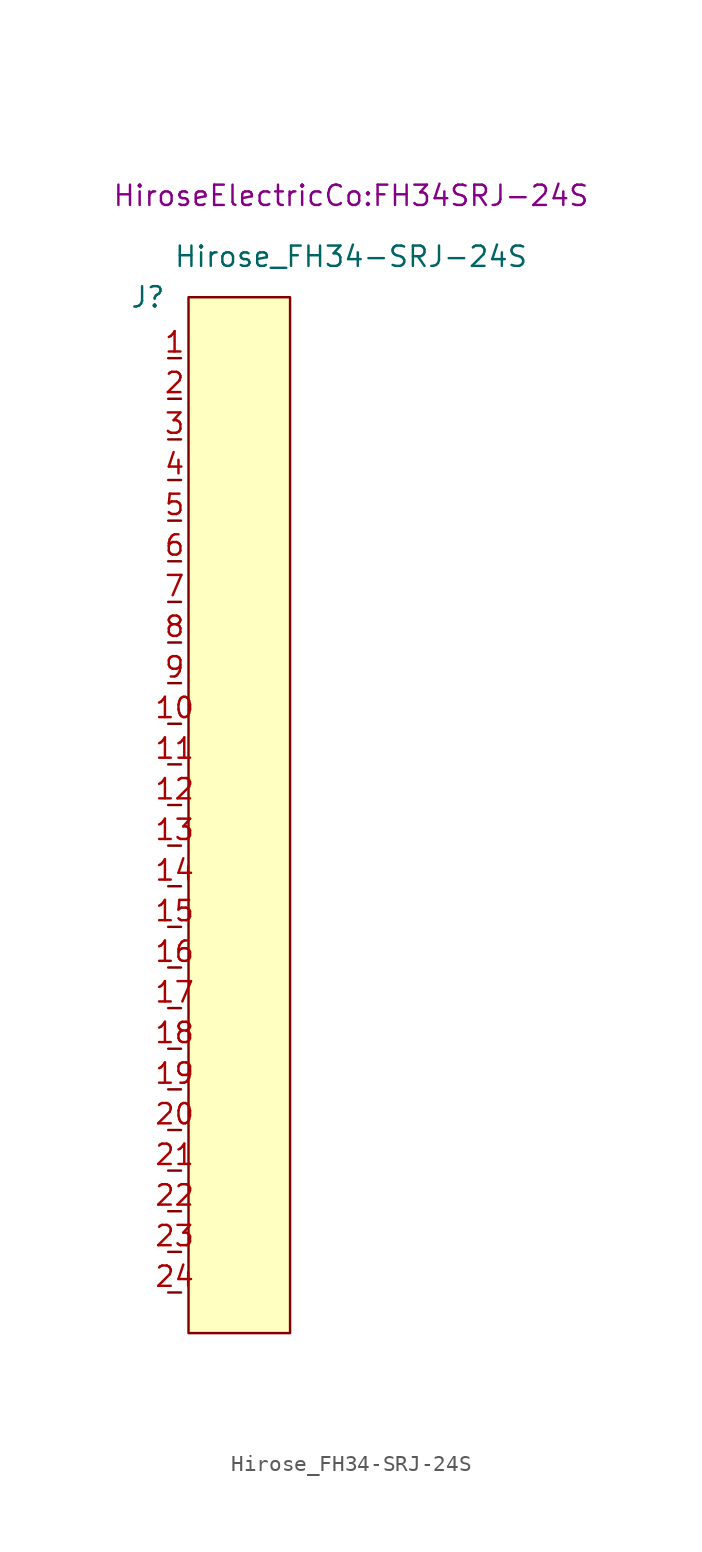
<source format=kicad_sym>
(kicad_symbol_lib
  (version 20211014)
  (generator kicad_symbol_editor)
  (symbol "Hirose_FH34-SRJ-24S"
    (property "Reference" "J"
      (at -12.7 0 0)
      (effects (font (size 1.27 1.27))))
    (property "Value" "Hirose_FH34-SRJ-24S"
      (at 0 2.54 0)
      (effects (font (size 1.27 1.27))))
    (property "Footprint" "HiroseElectricCo:FH34SRJ-24S"
      (at 0 6.35 0)
      (effects (font (size 1.27 1.27))))
    (symbol "Hirose_FH34-SRJ-24S_0_1"
      (rectangle (start -10.16 0) (end -3.81 -64.77) (stroke (width 0) (type default) (color 0 0 0 0)) (fill (type background))))
    (symbol "Hirose_FH34-SRJ-24S_1_1"
      (pin input line (at -11.43 -3.81 0) (length 0.8) (name "" (effects (font (size 1.27 1.27)))) (number "1" (effects (font (size 1.27 1.27)))))
      (pin input line (at -11.43 -26.67 0) (length 0.8) (name "" (effects (font (size 1.27 1.27)))) (number "10" (effects (font (size 1.27 1.27)))))
      (pin input line (at -11.43 -29.21 0) (length 0.8) (name "" (effects (font (size 1.27 1.27)))) (number "11" (effects (font (size 1.27 1.27)))))
      (pin input line (at -11.43 -31.75 0) (length 0.8) (name "" (effects (font (size 1.27 1.27)))) (number "12" (effects (font (size 1.27 1.27)))))
      (pin input line (at -11.43 -34.29 0) (length 0.8) (name "" (effects (font (size 1.27 1.27)))) (number "13" (effects (font (size 1.27 1.27)))))
      (pin input line (at -11.43 -36.83 0) (length 0.8) (name "" (effects (font (size 1.27 1.27)))) (number "14" (effects (font (size 1.27 1.27)))))
      (pin input line (at -11.43 -39.37 0) (length 0.8) (name "" (effects (font (size 1.27 1.27)))) (number "15" (effects (font (size 1.27 1.27)))))
      (pin input line (at -11.43 -41.91 0) (length 0.8) (name "" (effects (font (size 1.27 1.27)))) (number "16" (effects (font (size 1.27 1.27)))))
      (pin input line (at -11.43 -44.45 0) (length 0.8) (name "" (effects (font (size 1.27 1.27)))) (number "17" (effects (font (size 1.27 1.27)))))
      (pin input line (at -11.43 -46.99 0) (length 0.8) (name "" (effects (font (size 1.27 1.27)))) (number "18" (effects (font (size 1.27 1.27)))))
      (pin input line (at -11.43 -49.53 0) (length 0.8) (name "" (effects (font (size 1.27 1.27)))) (number "19" (effects (font (size 1.27 1.27)))))
      (pin input line (at -11.43 -6.35 0) (length 0.8) (name "" (effects (font (size 1.27 1.27)))) (number "2" (effects (font (size 1.27 1.27)))))
      (pin input line (at -11.43 -52.07 0) (length 0.8) (name "" (effects (font (size 1.27 1.27)))) (number "20" (effects (font (size 1.27 1.27)))))
      (pin input line (at -11.43 -54.61 0) (length 0.8) (name "" (effects (font (size 1.27 1.27)))) (number "21" (effects (font (size 1.27 1.27)))))
      (pin input line (at -11.43 -57.15 0) (length 0.8) (name "" (effects (font (size 1.27 1.27)))) (number "22" (effects (font (size 1.27 1.27)))))
      (pin input line (at -11.43 -59.69 0) (length 0.8) (name "" (effects (font (size 1.27 1.27)))) (number "23" (effects (font (size 1.27 1.27)))))
      (pin input line (at -11.43 -62.23 0) (length 0.8) (name "" (effects (font (size 1.27 1.27)))) (number "24" (effects (font (size 1.27 1.27)))))
      (pin input line (at -11.43 -8.89 0) (length 0.8) (name "" (effects (font (size 1.27 1.27)))) (number "3" (effects (font (size 1.27 1.27)))))
      (pin input line (at -11.43 -11.43 0) (length 0.8) (name "" (effects (font (size 1.27 1.27)))) (number "4" (effects (font (size 1.27 1.27)))))
      (pin input line (at -11.43 -13.97 0) (length 0.8) (name "" (effects (font (size 1.27 1.27)))) (number "5" (effects (font (size 1.27 1.27)))))
      (pin input line (at -11.43 -16.51 0) (length 0.8) (name "" (effects (font (size 1.27 1.27)))) (number "6" (effects (font (size 1.27 1.27)))))
      (pin input line (at -11.43 -19.05 0) (length 0.8) (name "" (effects (font (size 1.27 1.27)))) (number "7" (effects (font (size 1.27 1.27)))))
      (pin input line (at -11.43 -21.59 0) (length 0.8) (name "" (effects (font (size 1.27 1.27)))) (number "8" (effects (font (size 1.27 1.27)))))
      (pin input line (at -11.43 -24.13 0) (length 0.8) (name "" (effects (font (size 1.27 1.27)))) (number "9" (effects (font (size 1.27 1.27))))))))
</source>
